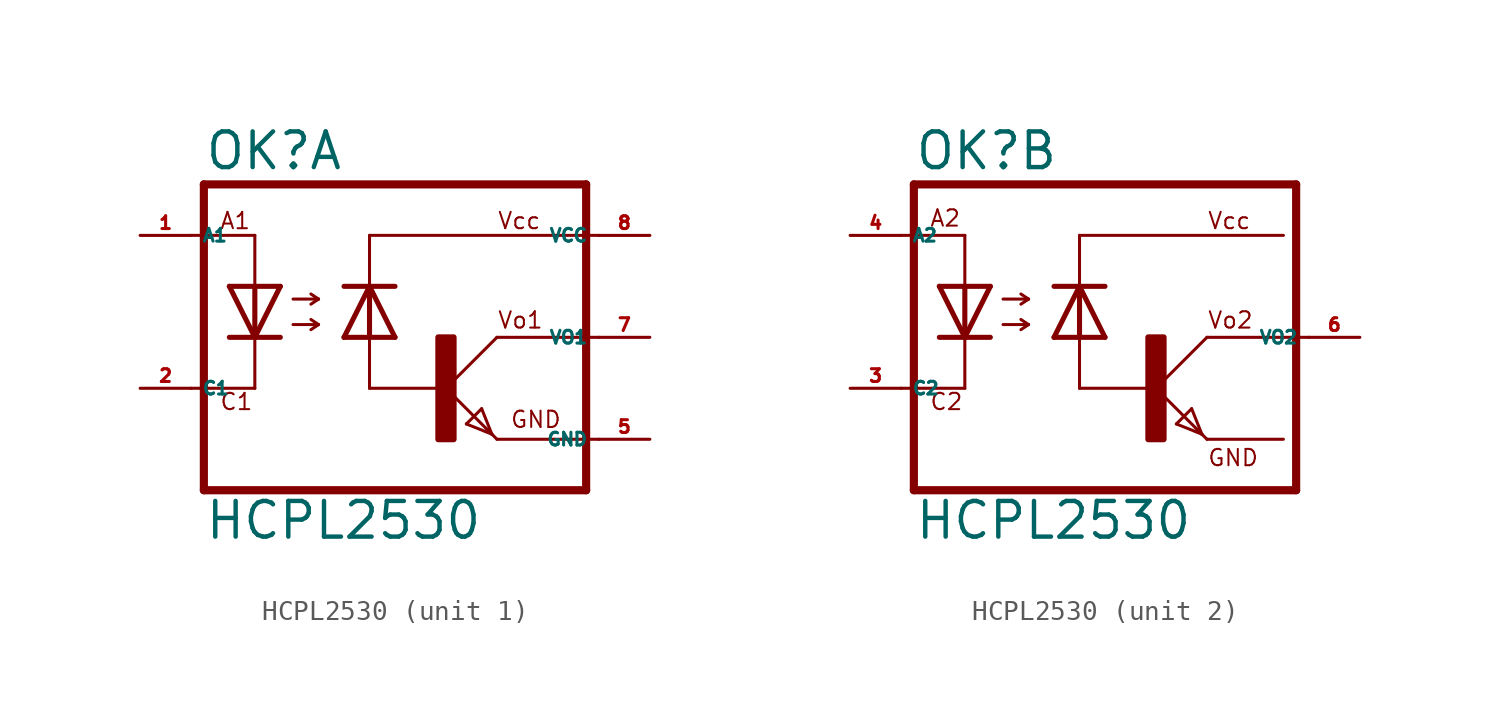
<source format=kicad_sym>
(kicad_symbol_lib
  (version 20220914)
  (generator kicad_symbol_editor)
  (symbol "HCPL2530"
    (property "Reference" "OK"
      (at -9.525 8.255 0)
      (effects (font (size 1.778 1.778) (thickness 0.22)) (justify left bottom)))
    (property "Value" "HCPL2530"
      (at -9.525 -10.16 0)
      (effects (font (size 1.778 1.778) (thickness 0.22)) (justify left bottom)))
    (symbol "HCPL2530_1_0"
      (polyline (pts (xy -10.16 -2.54) (xy -6.985 -2.54)) (stroke (width 0.152) (type default)) (fill (type none)))
      (polyline (pts (xy -10.16 5.08) (xy -6.985 5.08)) (stroke (width 0.152) (type default)) (fill (type none)))
      (polyline (pts (xy -9.525 7.62) (xy -9.525 -7.62)) (stroke (width 0.406) (type default)) (fill (type none)))
      (polyline (pts (xy -6.985 -2.54) (xy -6.985 0)) (stroke (width 0.152) (type default)) (fill (type none)))
      (polyline (pts (xy -6.985 0) (xy -8.255 0)) (stroke (width 0.254) (type default)) (fill (type none)))
      (polyline (pts (xy -6.985 0) (xy -8.255 2.54)) (stroke (width 0.254) (type default)) (fill (type none)))
      (polyline (pts (xy -6.985 2.54) (xy -8.255 2.54)) (stroke (width 0.254) (type default)) (fill (type none)))
      (polyline (pts (xy -6.985 2.54) (xy -6.985 0)) (stroke (width 0.254) (type default)) (fill (type none)))
      (polyline (pts (xy -6.985 2.54) (xy -6.985 5.08)) (stroke (width 0.152) (type default)) (fill (type none)))
      (polyline (pts (xy -5.715 0) (xy -6.985 0)) (stroke (width 0.254) (type default)) (fill (type none)))
      (polyline (pts (xy -5.715 2.54) (xy -6.985 0)) (stroke (width 0.254) (type default)) (fill (type none)))
      (polyline (pts (xy -5.715 2.54) (xy -6.985 2.54)) (stroke (width 0.254) (type default)) (fill (type none)))
      (polyline (pts (xy -5.08 0.635) (xy -3.81 0.635)) (stroke (width 0.152) (type default)) (fill (type none)))
      (polyline (pts (xy -5.08 1.905) (xy -3.81 1.905)) (stroke (width 0.152) (type default)) (fill (type none)))
      (polyline (pts (xy -3.81 0.635) (xy -4.191 0.381)) (stroke (width 0.152) (type default)) (fill (type none)))
      (polyline (pts (xy -3.81 0.635) (xy -4.191 0.889)) (stroke (width 0.152) (type default)) (fill (type none)))
      (polyline (pts (xy -3.81 1.905) (xy -4.191 1.651)) (stroke (width 0.152) (type default)) (fill (type none)))
      (polyline (pts (xy -3.81 1.905) (xy -4.191 2.159)) (stroke (width 0.152) (type default)) (fill (type none)))
      (polyline (pts (xy -2.54 0) (xy -1.27 0)) (stroke (width 0.254) (type default)) (fill (type none)))
      (polyline (pts (xy -2.54 0) (xy -1.27 2.54)) (stroke (width 0.254) (type default)) (fill (type none)))
      (polyline (pts (xy -2.54 2.54) (xy -1.27 2.54)) (stroke (width 0.254) (type default)) (fill (type none)))
      (polyline (pts (xy -1.27 -2.54) (xy -1.27 0)) (stroke (width 0.152) (type default)) (fill (type none)))
      (polyline (pts (xy -1.27 -2.54) (xy 2.54 -2.54)) (stroke (width 0.152) (type default)) (fill (type none)))
      (polyline (pts (xy -1.27 0) (xy -1.27 2.54)) (stroke (width 0.254) (type default)) (fill (type none)))
      (polyline (pts (xy -1.27 0) (xy 0 0)) (stroke (width 0.254) (type default)) (fill (type none)))
      (polyline (pts (xy -1.27 2.54) (xy 0 0)) (stroke (width 0.254) (type default)) (fill (type none)))
      (polyline (pts (xy -1.27 2.54) (xy 0 2.54)) (stroke (width 0.254) (type default)) (fill (type none)))
      (polyline (pts (xy -1.27 5.08) (xy -1.27 2.54)) (stroke (width 0.152) (type default)) (fill (type none)))
      (polyline (pts (xy -1.27 5.08) (xy 10.16 5.08)) (stroke (width 0.152) (type default)) (fill (type none)))
      (polyline (pts (xy 2.54 -2.54) (xy 4.826 -4.826)) (stroke (width 0.152) (type default)) (fill (type none)))
      (polyline (pts (xy 3.556 -4.318) (xy 4.318 -3.556)) (stroke (width 0.152) (type default)) (fill (type none)))
      (polyline (pts (xy 4.318 -3.556) (xy 4.826 -4.826)) (stroke (width 0.152) (type default)) (fill (type none)))
      (polyline (pts (xy 4.826 -4.826) (xy 3.556 -4.318)) (stroke (width 0.152) (type default)) (fill (type none)))
      (polyline (pts (xy 4.826 -4.826) (xy 5.08 -5.08)) (stroke (width 0.152) (type default)) (fill (type none)))
      (polyline (pts (xy 5.08 -5.08) (xy 10.16 -5.08)) (stroke (width 0.152) (type default)) (fill (type none)))
      (polyline (pts (xy 5.08 0) (xy 2.54 -2.54)) (stroke (width 0.152) (type default)) (fill (type none)))
      (polyline (pts (xy 5.08 0) (xy 10.16 0)) (stroke (width 0.152) (type default)) (fill (type none)))
      (polyline (pts (xy 9.525 -7.62) (xy -9.525 -7.62)) (stroke (width 0.406) (type default)) (fill (type none)))
      (polyline (pts (xy 9.525 7.62) (xy -9.525 7.62)) (stroke (width 0.406) (type default)) (fill (type none)))
      (polyline (pts (xy 9.525 7.62) (xy 9.525 -7.62)) (stroke (width 0.406) (type default)) (fill (type none)))
      (rectangle (start 2.159 -5.08) (end 2.921 0) (stroke (width 0.3) (type default)) (fill (type outline)))
      (text "A1" (at -8.763 5.334 0) (effects (font (size 0.813 0.813) (thickness 0.1)) (justify left bottom)))
      (text "C1" (at -8.763 -3.683 0) (effects (font (size 0.813 0.813) (thickness 0.1)) (justify left bottom)))
      (text "GND" (at 5.715 -4.572 0) (effects (font (size 0.813 0.813) (thickness 0.1)) (justify left bottom)))
      (text "Vcc" (at 5.08 5.334 0) (effects (font (size 0.813 0.813) (thickness 0.1)) (justify left bottom)))
      (text "Vo1" (at 5.08 0.381 0) (effects (font (size 0.813 0.813) (thickness 0.1)) (justify left bottom)))
      (pin passive line (at -12.7 5.08 0) (length 2.54) (name "A1" (effects (font (size 0.635 0.635)))) (number "1" (effects (font (size 0.635 0.635)))))
      (pin passive line (at -12.7 -2.54 0) (length 2.54) (name "C1" (effects (font (size 0.635 0.635)))) (number "2" (effects (font (size 0.635 0.635)))))
      (pin passive line (at 12.7 -5.08 180) (length 2.54) (name "GND" (effects (font (size 0.635 0.635)))) (number "5" (effects (font (size 0.635 0.635)))))
      (pin passive line (at 12.7 0 180) (length 2.54) (name "VO1" (effects (font (size 0.635 0.635)))) (number "7" (effects (font (size 0.635 0.635)))))
      (pin passive line (at 12.7 5.08 180) (length 2.54) (name "VCC" (effects (font (size 0.635 0.635)))) (number "8" (effects (font (size 0.635 0.635))))))
    (symbol "HCPL2530_2_0"
      (polyline (pts (xy -10.16 -2.54) (xy -6.985 -2.54)) (stroke (width 0.152) (type default)) (fill (type none)))
      (polyline (pts (xy -10.16 5.08) (xy -6.985 5.08)) (stroke (width 0.152) (type default)) (fill (type none)))
      (polyline (pts (xy -9.525 7.62) (xy -9.525 -7.62)) (stroke (width 0.406) (type default)) (fill (type none)))
      (polyline (pts (xy -6.985 -2.54) (xy -6.985 0)) (stroke (width 0.152) (type default)) (fill (type none)))
      (polyline (pts (xy -6.985 0) (xy -8.255 0)) (stroke (width 0.254) (type default)) (fill (type none)))
      (polyline (pts (xy -6.985 0) (xy -8.255 2.54)) (stroke (width 0.254) (type default)) (fill (type none)))
      (polyline (pts (xy -6.985 2.54) (xy -8.255 2.54)) (stroke (width 0.254) (type default)) (fill (type none)))
      (polyline (pts (xy -6.985 2.54) (xy -6.985 0)) (stroke (width 0.254) (type default)) (fill (type none)))
      (polyline (pts (xy -6.985 2.54) (xy -6.985 5.08)) (stroke (width 0.152) (type default)) (fill (type none)))
      (polyline (pts (xy -5.715 0) (xy -6.985 0)) (stroke (width 0.254) (type default)) (fill (type none)))
      (polyline (pts (xy -5.715 2.54) (xy -6.985 0)) (stroke (width 0.254) (type default)) (fill (type none)))
      (polyline (pts (xy -5.715 2.54) (xy -6.985 2.54)) (stroke (width 0.254) (type default)) (fill (type none)))
      (polyline (pts (xy -5.08 0.635) (xy -3.81 0.635)) (stroke (width 0.152) (type default)) (fill (type none)))
      (polyline (pts (xy -5.08 1.905) (xy -3.81 1.905)) (stroke (width 0.152) (type default)) (fill (type none)))
      (polyline (pts (xy -3.81 0.635) (xy -4.191 0.381)) (stroke (width 0.152) (type default)) (fill (type none)))
      (polyline (pts (xy -3.81 0.635) (xy -4.191 0.889)) (stroke (width 0.152) (type default)) (fill (type none)))
      (polyline (pts (xy -3.81 1.905) (xy -4.191 1.651)) (stroke (width 0.152) (type default)) (fill (type none)))
      (polyline (pts (xy -3.81 1.905) (xy -4.191 2.159)) (stroke (width 0.152) (type default)) (fill (type none)))
      (polyline (pts (xy -2.54 0) (xy -1.27 0)) (stroke (width 0.254) (type default)) (fill (type none)))
      (polyline (pts (xy -2.54 0) (xy -1.27 2.54)) (stroke (width 0.254) (type default)) (fill (type none)))
      (polyline (pts (xy -2.54 2.54) (xy -1.27 2.54)) (stroke (width 0.254) (type default)) (fill (type none)))
      (polyline (pts (xy -1.27 -2.54) (xy -1.27 0)) (stroke (width 0.152) (type default)) (fill (type none)))
      (polyline (pts (xy -1.27 -2.54) (xy 2.54 -2.54)) (stroke (width 0.152) (type default)) (fill (type none)))
      (polyline (pts (xy -1.27 0) (xy -1.27 2.54)) (stroke (width 0.254) (type default)) (fill (type none)))
      (polyline (pts (xy -1.27 0) (xy 0 0)) (stroke (width 0.254) (type default)) (fill (type none)))
      (polyline (pts (xy -1.27 2.54) (xy 0 0)) (stroke (width 0.254) (type default)) (fill (type none)))
      (polyline (pts (xy -1.27 2.54) (xy 0 2.54)) (stroke (width 0.254) (type default)) (fill (type none)))
      (polyline (pts (xy -1.27 5.08) (xy -1.27 2.54)) (stroke (width 0.152) (type default)) (fill (type none)))
      (polyline (pts (xy -1.27 5.08) (xy 8.89 5.08)) (stroke (width 0.152) (type default)) (fill (type none)))
      (polyline (pts (xy 2.54 -2.54) (xy 4.826 -4.826)) (stroke (width 0.152) (type default)) (fill (type none)))
      (polyline (pts (xy 3.556 -4.318) (xy 4.318 -3.556)) (stroke (width 0.152) (type default)) (fill (type none)))
      (polyline (pts (xy 4.318 -3.556) (xy 4.826 -4.826)) (stroke (width 0.152) (type default)) (fill (type none)))
      (polyline (pts (xy 4.826 -4.826) (xy 3.556 -4.318)) (stroke (width 0.152) (type default)) (fill (type none)))
      (polyline (pts (xy 4.826 -4.826) (xy 5.08 -5.08)) (stroke (width 0.152) (type default)) (fill (type none)))
      (polyline (pts (xy 5.08 -5.08) (xy 8.89 -5.08)) (stroke (width 0.152) (type default)) (fill (type none)))
      (polyline (pts (xy 5.08 0) (xy 2.54 -2.54)) (stroke (width 0.152) (type default)) (fill (type none)))
      (polyline (pts (xy 5.08 0) (xy 10.16 0)) (stroke (width 0.152) (type default)) (fill (type none)))
      (polyline (pts (xy 9.525 -7.62) (xy -9.525 -7.62)) (stroke (width 0.406) (type default)) (fill (type none)))
      (polyline (pts (xy 9.525 7.62) (xy -9.525 7.62)) (stroke (width 0.406) (type default)) (fill (type none)))
      (polyline (pts (xy 9.525 7.62) (xy 9.525 -7.62)) (stroke (width 0.406) (type default)) (fill (type none)))
      (rectangle (start 2.159 -5.08) (end 2.921 0) (stroke (width 0.3) (type default)) (fill (type outline)))
      (text "A2" (at -8.763 5.461 0) (effects (font (size 0.813 0.813) (thickness 0.1)) (justify left bottom)))
      (text "C2" (at -8.763 -3.683 0) (effects (font (size 0.813 0.813) (thickness 0.1)) (justify left bottom)))
      (text "GND" (at 5.08 -6.477 0) (effects (font (size 0.813 0.813) (thickness 0.1)) (justify left bottom)))
      (text "Vcc" (at 5.08 5.334 0) (effects (font (size 0.813 0.813) (thickness 0.1)) (justify left bottom)))
      (text "Vo2" (at 5.08 0.381 0) (effects (font (size 0.813 0.813) (thickness 0.1)) (justify left bottom)))
      (pin passive line (at -12.7 -2.54 0) (length 2.54) (name "C2" (effects (font (size 0.635 0.635)))) (number "3" (effects (font (size 0.635 0.635)))))
      (pin passive line (at -12.7 5.08 0) (length 2.54) (name "A2" (effects (font (size 0.635 0.635)))) (number "4" (effects (font (size 0.635 0.635)))))
      (pin passive line (at 12.7 0 180) (length 2.54) (name "VO2" (effects (font (size 0.635 0.635)))) (number "6" (effects (font (size 0.635 0.635))))))))
</source>
